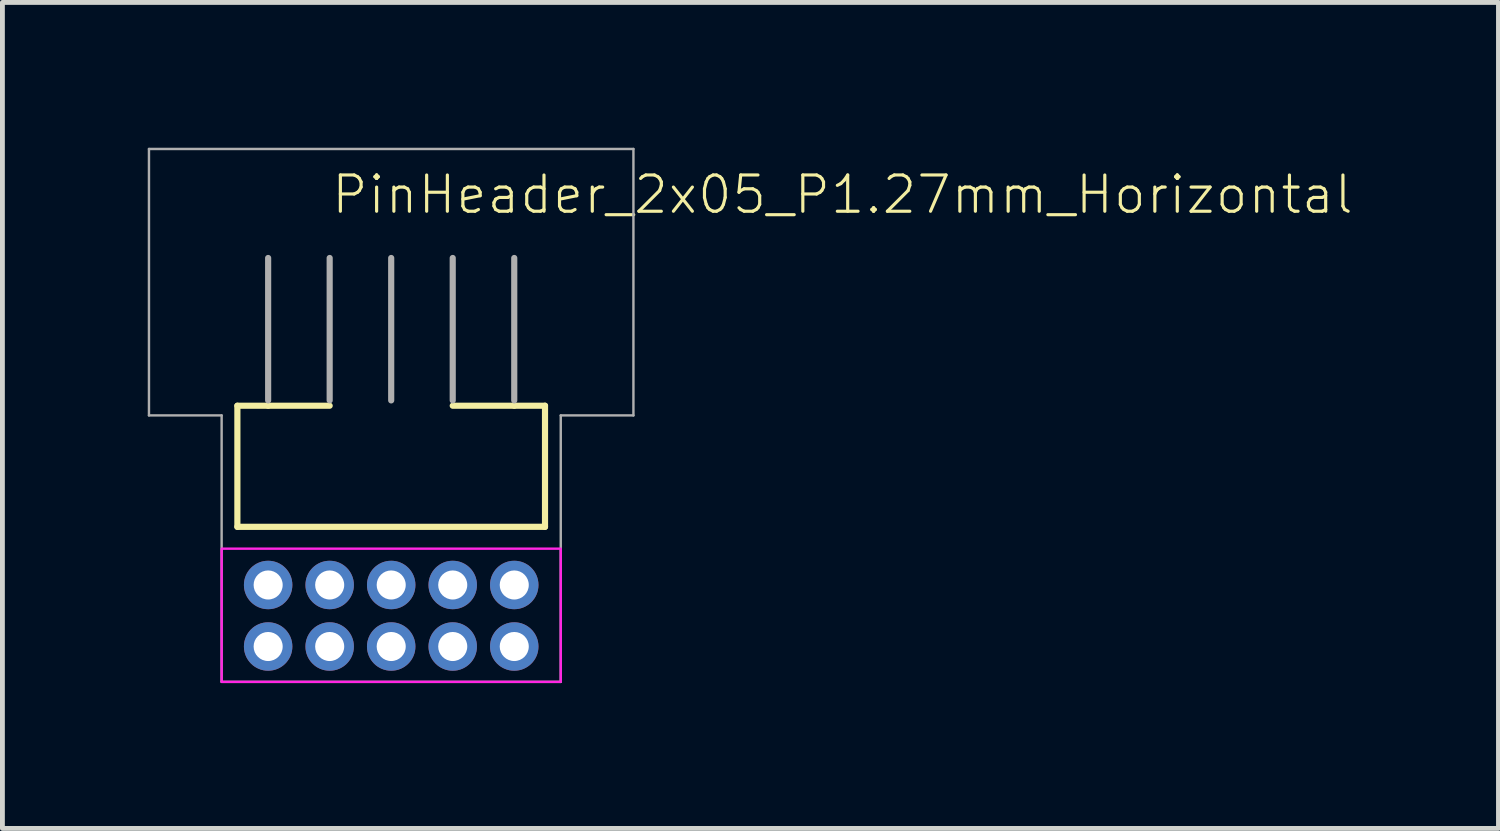
<source format=kicad_pcb>
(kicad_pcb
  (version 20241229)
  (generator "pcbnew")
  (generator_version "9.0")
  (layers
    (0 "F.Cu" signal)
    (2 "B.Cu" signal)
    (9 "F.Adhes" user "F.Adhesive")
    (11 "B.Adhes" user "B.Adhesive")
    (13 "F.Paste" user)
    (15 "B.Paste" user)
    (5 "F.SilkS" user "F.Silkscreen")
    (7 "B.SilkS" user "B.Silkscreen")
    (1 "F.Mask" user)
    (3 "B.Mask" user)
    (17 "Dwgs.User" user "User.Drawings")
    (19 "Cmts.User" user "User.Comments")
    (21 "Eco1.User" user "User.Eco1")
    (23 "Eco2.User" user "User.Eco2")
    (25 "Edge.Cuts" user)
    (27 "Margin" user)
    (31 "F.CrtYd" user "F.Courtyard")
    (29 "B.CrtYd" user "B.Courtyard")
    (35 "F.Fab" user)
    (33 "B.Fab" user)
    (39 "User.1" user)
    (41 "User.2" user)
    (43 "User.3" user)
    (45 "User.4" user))
  (footprint "PinHeader_2x05_P1.27mm_Horizontal"
    (layer "F.Cu")
    (at 5.025 9.025)
    (property "Reference" "PinHeader_2x05_P1.27mm_Horizontal" (at -1.27 -7.62 0) (layer "F.SilkS") (effects (font (size 0.748 0.748) (thickness 0.065)) (justify left bottom)))
    (attr through_hole)
    (fp_circle (center -2.54 0) (end -2.303 0) (stroke (width 0.475) (type solid)) (fill yes) (layer "F.Mask"))
    (fp_circle (center -2.54 1.27) (end -2.303 1.27) (stroke (width 0.475) (type solid)) (fill yes) (layer "F.Mask"))
    (fp_circle (center -1.27 0) (end -1.032 0) (stroke (width 0.475) (type solid)) (fill yes) (layer "F.Mask"))
    (fp_circle (center -1.27 1.27) (end -1.032 1.27) (stroke (width 0.475) (type solid)) (fill yes) (layer "F.Mask"))
    (fp_circle (center 0 0) (end 0.237 0) (stroke (width 0.475) (type solid)) (fill yes) (layer "F.Mask"))
    (fp_circle (center 0 1.27) (end 0.237 1.27) (stroke (width 0.475) (type solid)) (fill yes) (layer "F.Mask"))
    (fp_circle (center 1.27 0) (end 1.508 0) (stroke (width 0.475) (type solid)) (fill yes) (layer "F.Mask"))
    (fp_circle (center 1.27 1.27) (end 1.508 1.27) (stroke (width 0.475) (type solid)) (fill yes) (layer "F.Mask"))
    (fp_circle (center 2.54 0) (end 2.777 0) (stroke (width 0.475) (type solid)) (fill yes) (layer "F.Mask"))
    (fp_circle (center 2.54 1.27) (end 2.777 1.27) (stroke (width 0.475) (type solid)) (fill yes) (layer "F.Mask"))
    (fp_circle (center -2.54 0) (end -2.39 0) (stroke (width 0.3) (type solid)) (fill yes) (layer "B.Mask"))
    (fp_circle (center -2.54 1.27) (end -2.39 1.27) (stroke (width 0.3) (type solid)) (fill yes) (layer "B.Mask"))
    (fp_circle (center -1.27 0) (end -1.12 0) (stroke (width 0.3) (type solid)) (fill yes) (layer "B.Mask"))
    (fp_circle (center -1.27 1.27) (end -1.12 1.27) (stroke (width 0.3) (type solid)) (fill yes) (layer "B.Mask"))
    (fp_circle (center 0 0) (end 0.15 0) (stroke (width 0.3) (type solid)) (fill yes) (layer "B.Mask"))
    (fp_circle (center 0 1.27) (end 0.15 1.27) (stroke (width 0.3) (type solid)) (fill yes) (layer "B.Mask"))
    (fp_circle (center 1.27 0) (end 1.42 0) (stroke (width 0.3) (type solid)) (fill yes) (layer "B.Mask"))
    (fp_circle (center 1.27 1.27) (end 1.42 1.27) (stroke (width 0.3) (type solid)) (fill yes) (layer "B.Mask"))
    (fp_circle (center 2.54 0) (end 2.69 0) (stroke (width 0.3) (type solid)) (fill yes) (layer "B.Mask"))
    (fp_circle (center 2.54 1.27) (end 2.69 1.27) (stroke (width 0.3) (type solid)) (fill yes) (layer "B.Mask"))
    (fp_line (start -3.175 -3.7) (end -2.54 -3.7) (stroke (width 0.127) (type solid)) (layer "F.SilkS"))
    (fp_line (start -3.175 -1.2) (end -3.175 -3.7) (stroke (width 0.127) (type solid)) (layer "F.SilkS"))
    (fp_line (start -2.54 -3.7) (end -1.27 -3.7) (stroke (width 0.127) (type solid)) (layer "F.SilkS"))
    (fp_line (start 1.27 -3.7) (end 2.54 -3.7) (stroke (width 0.127) (type solid)) (layer "F.SilkS"))
    (fp_line (start 2.54 -3.7) (end 3.175 -3.7) (stroke (width 0.127) (type solid)) (layer "F.SilkS"))
    (fp_line (start 3.175 -3.7) (end 3.175 -1.2) (stroke (width 0.127) (type solid)) (layer "F.SilkS"))
    (fp_line (start 3.175 -1.2) (end -3.175 -1.2) (stroke (width 0.127) (type solid)) (layer "F.SilkS"))
    (fp_rect (start 3.5 2) (end -3.5 -0.75) (stroke (width 0.05) (type solid)) (fill no) (layer "F.CrtYd"))
    (fp_line (start -5 -9) (end 5 -9) (stroke (width 0.05) (type solid)) (layer "F.Fab"))
    (fp_line (start -5 -3.5) (end -5 -9) (stroke (width 0.05) (type solid)) (layer "F.Fab"))
    (fp_line (start -3.5 -3.5) (end -5 -3.5) (stroke (width 0.05) (type solid)) (layer "F.Fab"))
    (fp_line (start -3.5 2) (end -3.5 -3.5) (stroke (width 0.05) (type solid)) (layer "F.Fab"))
    (fp_line (start -2.54 -3.81) (end -2.54 -6.75) (stroke (width 0.127) (type solid)) (layer "F.Fab"))
    (fp_line (start -1.27 -3.81) (end -1.27 -6.75) (stroke (width 0.127) (type solid)) (layer "F.Fab"))
    (fp_line (start 0 -3.81) (end 0 -6.75) (stroke (width 0.127) (type solid)) (layer "F.Fab"))
    (fp_line (start 1.27 -3.81) (end 1.27 -6.75) (stroke (width 0.127) (type solid)) (layer "F.Fab"))
    (fp_line (start 2.54 -3.81) (end 2.54 -6.75) (stroke (width 0.127) (type solid)) (layer "F.Fab"))
    (fp_line (start 3.5 -3.5) (end 3.5 2) (stroke (width 0.05) (type solid)) (layer "F.Fab"))
    (fp_line (start 3.5 2) (end -3.5 2) (stroke (width 0.05) (type solid)) (layer "F.Fab"))
    (fp_line (start 5 -9) (end 5 -3.5) (stroke (width 0.05) (type solid)) (layer "F.Fab"))
    (fp_line (start 5 -3.5) (end 3.5 -3.5) (stroke (width 0.05) (type solid)) (layer "F.Fab"))
    (pad "" smd roundrect (at -2.54 0) (size 1.016 1.016) (layers "F.Paste") (roundrect_rratio 0.1))
    (pad "" smd roundrect (at -2.54 1.27) (size 1.016 1.016) (layers "F.Paste") (roundrect_rratio 0.1))
    (pad "" smd roundrect (at -1.27 0) (size 1.016 1.016) (layers "F.Paste") (roundrect_rratio 0.1))
    (pad "" smd roundrect (at -1.27 1.27) (size 1.016 1.016) (layers "F.Paste") (roundrect_rratio 0.1))
    (pad "" smd roundrect (at 0 0) (size 1.016 1.016) (layers "F.Paste") (roundrect_rratio 0.1))
    (pad "" smd roundrect (at 0 1.27) (size 1.016 1.016) (layers "F.Paste") (roundrect_rratio 0.1))
    (pad "" smd roundrect (at 1.27 0) (size 1.016 1.016) (layers "F.Paste") (roundrect_rratio 0.1))
    (pad "" smd roundrect (at 1.27 1.27) (size 1.016 1.016) (layers "F.Paste") (roundrect_rratio 0.1))
    (pad "" smd roundrect (at 2.54 0) (size 1.016 1.016) (layers "F.Paste") (roundrect_rratio 0.1))
    (pad "" smd roundrect (at 2.54 1.27) (size 1.016 1.016) (layers "F.Paste") (roundrect_rratio 0.1))
    (pad "1" thru_hole circle (at 2.54 0 90) (size 1 1) (drill 0.6) (layers "*.Cu") (remove_unused_layers yes) (keep_end_layers yes) (zone_layer_connections))
    (pad "2" thru_hole circle (at 2.54 1.27 90) (size 1 1) (drill 0.6) (layers "*.Cu") (remove_unused_layers yes) (keep_end_layers yes) (zone_layer_connections))
    (pad "3" thru_hole circle (at 1.27 0 90) (size 1 1) (drill 0.6) (layers "*.Cu") (remove_unused_layers yes) (keep_end_layers yes) (zone_layer_connections))
    (pad "4" thru_hole circle (at 1.27 1.27 90) (size 1 1) (drill 0.6) (layers "*.Cu") (remove_unused_layers yes) (keep_end_layers yes) (zone_layer_connections))
    (pad "5" thru_hole circle (at 0 0 90) (size 1 1) (drill 0.6) (layers "*.Cu") (remove_unused_layers yes) (keep_end_layers yes) (zone_layer_connections))
    (pad "6" thru_hole circle (at 0 1.27 90) (size 1 1) (drill 0.6) (layers "*.Cu") (remove_unused_layers yes) (keep_end_layers yes) (zone_layer_connections))
    (pad "7" thru_hole circle (at -1.27 0 90) (size 1 1) (drill 0.6) (layers "*.Cu") (remove_unused_layers yes) (keep_end_layers yes) (zone_layer_connections))
    (pad "8" thru_hole circle (at -1.27 1.27 90) (size 1 1) (drill 0.6) (layers "*.Cu") (remove_unused_layers yes) (keep_end_layers yes) (zone_layer_connections))
    (pad "9" thru_hole circle (at -2.54 0 90) (size 1 1) (drill 0.6) (layers "*.Cu") (remove_unused_layers yes) (keep_end_layers yes) (zone_layer_connections))
    (pad "10" thru_hole circle (at -2.54 1.27 90) (size 1 1) (drill 0.6) (layers "*.Cu") (remove_unused_layers yes) (keep_end_layers yes) (zone_layer_connections)))
  (gr_rect
    (start -3 -3)
    (end 27.881 14.05)
    (stroke (width 0.1) (type default))
    (fill no)
    (layer "Edge.Cuts")))
</source>
